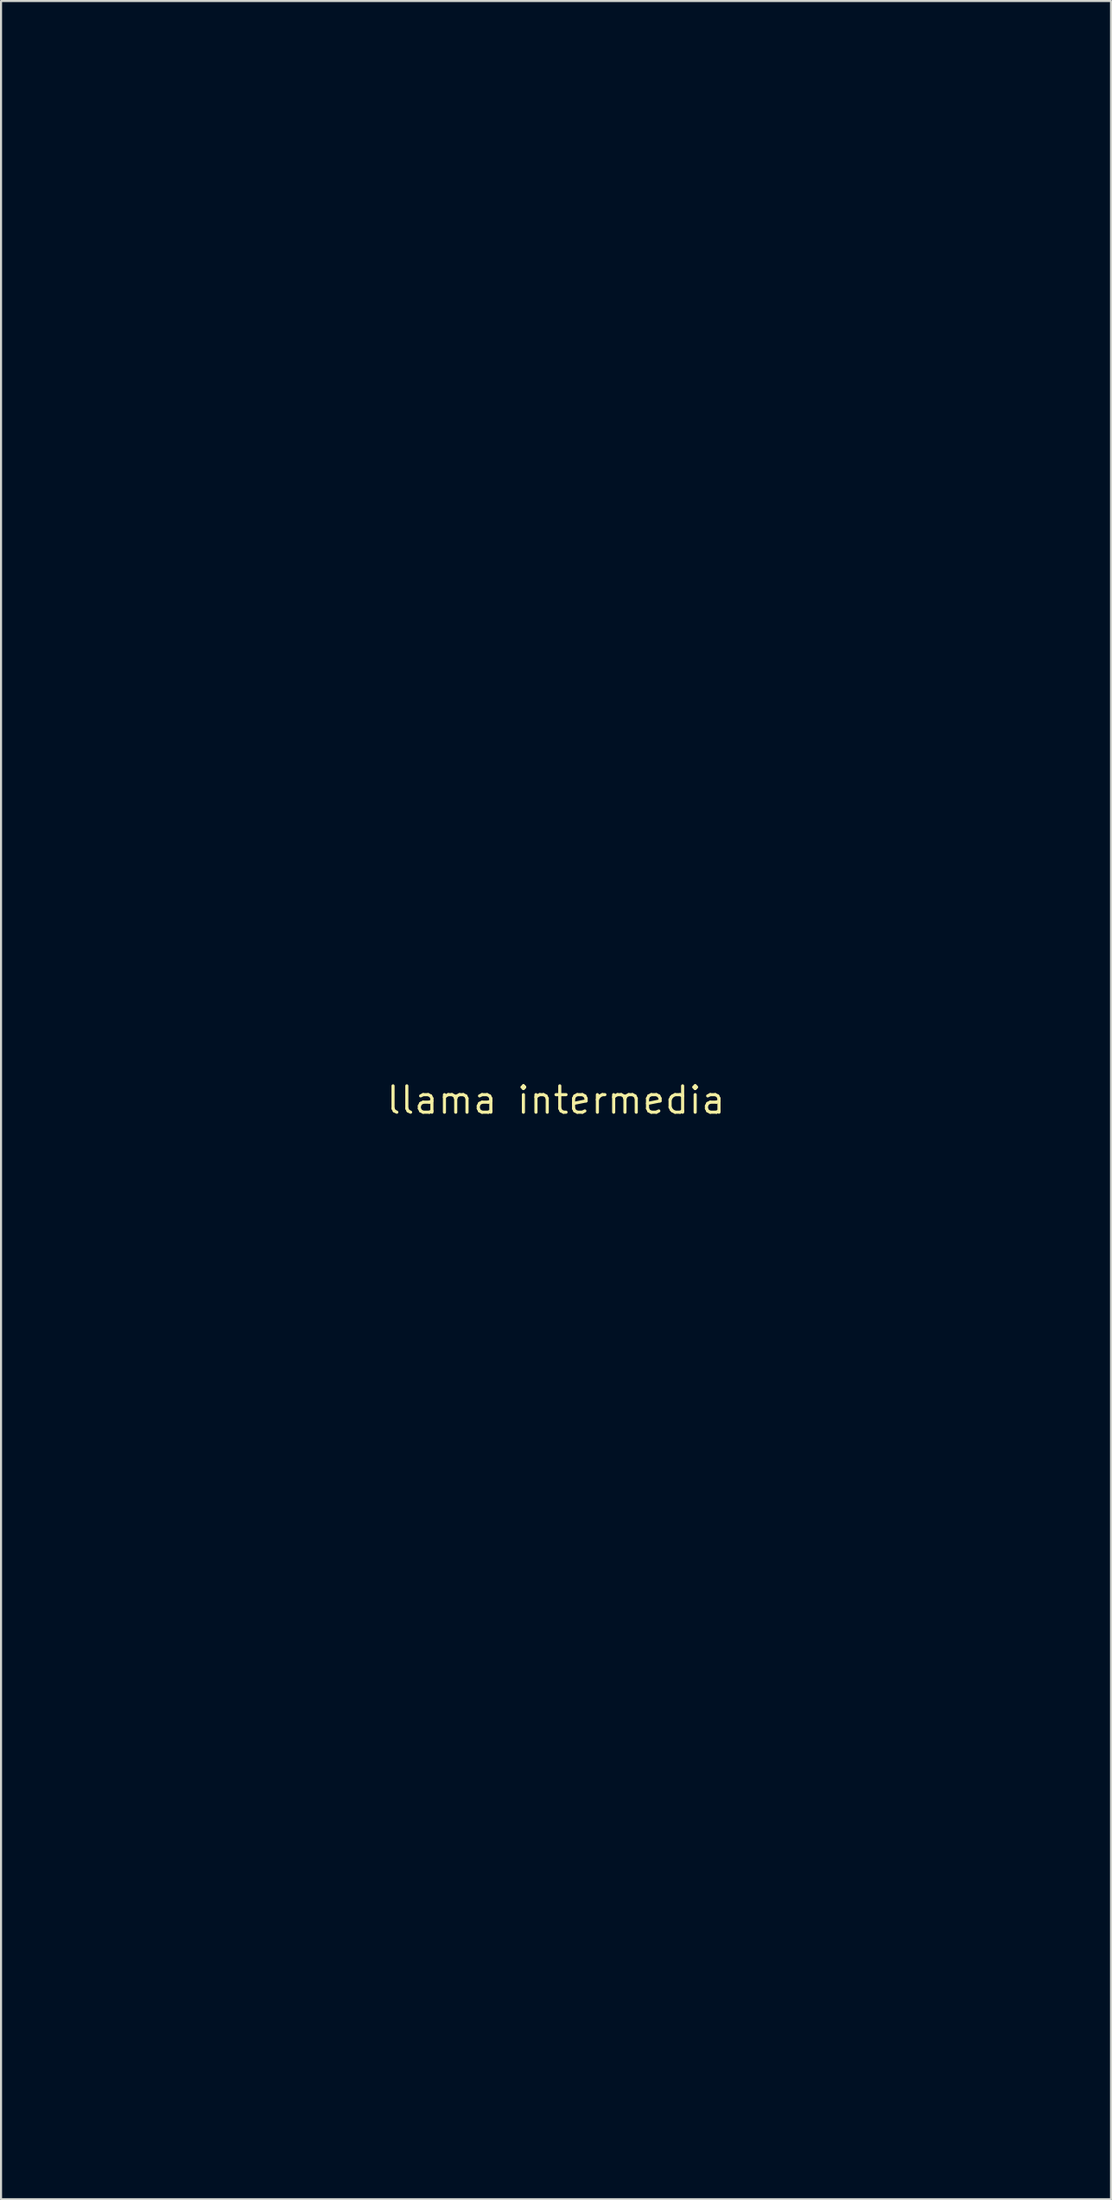
<source format=kicad_pcb>
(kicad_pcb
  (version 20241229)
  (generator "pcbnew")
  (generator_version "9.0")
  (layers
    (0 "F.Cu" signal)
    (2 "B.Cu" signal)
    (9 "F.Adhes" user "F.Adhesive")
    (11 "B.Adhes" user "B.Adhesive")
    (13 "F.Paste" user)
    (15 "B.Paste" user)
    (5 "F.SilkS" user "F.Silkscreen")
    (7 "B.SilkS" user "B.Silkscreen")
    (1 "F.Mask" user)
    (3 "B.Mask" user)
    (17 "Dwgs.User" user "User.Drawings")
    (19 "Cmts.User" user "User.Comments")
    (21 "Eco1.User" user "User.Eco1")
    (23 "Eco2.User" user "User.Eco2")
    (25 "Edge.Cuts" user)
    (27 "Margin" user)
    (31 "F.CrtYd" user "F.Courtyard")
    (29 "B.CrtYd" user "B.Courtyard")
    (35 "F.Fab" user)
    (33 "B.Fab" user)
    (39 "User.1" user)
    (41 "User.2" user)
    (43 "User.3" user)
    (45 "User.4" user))
  (footprint "llama intermedia"
    (layer "F.Cu")
    (at 23.773 49.999)
    (property "Reference" "llama intermedia" (at 0 0 0) (layer "F.SilkS") (effects (font (size 1.27 1.27) (thickness 0.15))))
    (attr through_hole)
    (fp_poly (pts (xy 19.565 -49.994) (xy 19.71 -49.982) (xy 19.792 -49.966) (xy 20.012 -49.889) (xy 20.217 -49.775) (xy 20.402 -49.626) (xy 20.562 -49.446) (xy 20.619 -49.365) (xy 20.69 -49.246) (xy 20.752 -49.119) (xy 20.806 -48.98) (xy 20.854 -48.822) (xy 20.898 -48.64) (xy 20.938 -48.428) (xy 20.977 -48.182) (xy 20.987 -48.112) (xy 21.012 -47.952) (xy 21.041 -47.791) (xy 21.073 -47.64) (xy 21.103 -47.514) (xy 21.113 -47.477) (xy 21.139 -47.383) (xy 21.166 -47.275) (xy 21.195 -47.152) (xy 21.226 -47.009) (xy 21.259 -46.844) (xy 21.297 -46.652) (xy 21.339 -46.43) (xy 21.386 -46.175) (xy 21.439 -45.884) (xy 21.472 -45.699) (xy 21.531 -45.362) (xy 21.583 -45.059) (xy 21.627 -44.782) (xy 21.665 -44.525) (xy 21.699 -44.279) (xy 21.728 -44.037) (xy 21.753 -43.791) (xy 21.777 -43.535) (xy 21.799 -43.26) (xy 21.821 -42.959) (xy 21.823 -42.937) (xy 21.844 -42.634) (xy 21.864 -42.367) (xy 21.883 -42.131) (xy 21.902 -41.919) (xy 21.921 -41.725) (xy 21.94 -41.544) (xy 21.962 -41.37) (xy 21.981 -41.222) (xy 22.023 -40.894) (xy 22.058 -40.584) (xy 22.086 -40.284) (xy 22.108 -39.985) (xy 22.124 -39.679) (xy 22.134 -39.356) (xy 22.141 -39.008) (xy 22.143 -38.652) (xy 22.143 -38.444) (xy 22.14 -38.248) (xy 22.136 -38.058) (xy 22.128 -37.868) (xy 22.118 -37.669) (xy 22.105 -37.457) (xy 22.088 -37.225) (xy 22.067 -36.965) (xy 22.041 -36.671) (xy 22.034 -36.587) (xy 22.016 -36.392) (xy 22 -36.229) (xy 21.985 -36.087) (xy 21.97 -35.958) (xy 21.952 -35.829) (xy 21.931 -35.692) (xy 21.906 -35.535) (xy 21.886 -35.412) (xy 21.851 -35.201) (xy 21.823 -35.024) (xy 21.8 -34.874) (xy 21.782 -34.744) (xy 21.768 -34.626) (xy 21.757 -34.512) (xy 21.748 -34.396) (xy 21.74 -34.27) (xy 21.737 -34.207) (xy 21.721 -33.97) (xy 21.699 -33.744) (xy 21.671 -33.516) (xy 21.633 -33.278) (xy 21.586 -33.019) (xy 21.535 -32.766) (xy 21.5 -32.595) (xy 21.461 -32.404) (xy 21.421 -32.208) (xy 21.383 -32.023) (xy 21.356 -31.888) (xy 21.309 -31.659) (xy 21.261 -31.445) (xy 21.211 -31.24) (xy 21.155 -31.035) (xy 21.093 -30.822) (xy 21.021 -30.595) (xy 20.939 -30.345) (xy 20.842 -30.065) (xy 20.821 -30.004) (xy 20.775 -29.865) (xy 20.739 -29.738) (xy 20.712 -29.607) (xy 20.687 -29.455) (xy 20.679 -29.401) (xy 20.643 -29.142) (xy 20.61 -28.919) (xy 20.578 -28.728) (xy 20.546 -28.561) (xy 20.514 -28.414) (xy 20.479 -28.28) (xy 20.44 -28.154) (xy 20.396 -28.03) (xy 20.346 -27.902) (xy 20.299 -27.792) (xy 20.256 -27.689) (xy 20.201 -27.557) (xy 20.138 -27.405) (xy 20.072 -27.242) (xy 20.007 -27.079) (xy 19.971 -26.988) (xy 19.898 -26.809) (xy 19.813 -26.607) (xy 19.721 -26.396) (xy 19.63 -26.192) (xy 19.545 -26.009) (xy 19.524 -25.964) (xy 19.46 -25.829) (xy 19.402 -25.707) (xy 19.353 -25.603) (xy 19.315 -25.522) (xy 19.291 -25.47) (xy 19.283 -25.45) (xy 19.274 -25.429) (xy 19.249 -25.377) (xy 19.21 -25.297) (xy 19.161 -25.198) (xy 19.104 -25.083) (xy 19.09 -25.055) (xy 19.008 -24.896) (xy 18.906 -24.708) (xy 18.789 -24.499) (xy 18.661 -24.274) (xy 18.525 -24.041) (xy 18.385 -23.806) (xy 18.246 -23.576) (xy 18.111 -23.358) (xy 17.985 -23.158) (xy 17.949 -23.103) (xy 17.862 -22.967) (xy 17.771 -22.82) (xy 17.683 -22.674) (xy 17.605 -22.541) (xy 17.547 -22.437) (xy 17.438 -22.239) (xy 17.341 -22.073) (xy 17.251 -21.933) (xy 17.163 -21.81) (xy 17.072 -21.7) (xy 16.974 -21.594) (xy 16.933 -21.552) (xy 16.803 -21.424) (xy 16.753 -21.178) (xy 16.721 -21.003) (xy 16.696 -20.825) (xy 16.678 -20.639) (xy 16.667 -20.441) (xy 16.662 -20.228) (xy 16.665 -19.995) (xy 16.675 -19.737) (xy 16.691 -19.451) (xy 16.715 -19.133) (xy 16.745 -18.777) (xy 16.752 -18.701) (xy 16.77 -18.5) (xy 16.79 -18.266) (xy 16.81 -18.01) (xy 16.831 -17.741) (xy 16.851 -17.469) (xy 16.87 -17.203) (xy 16.886 -16.954) (xy 16.891 -16.88) (xy 16.913 -16.542) (xy 16.932 -16.242) (xy 16.95 -15.976) (xy 16.967 -15.741) (xy 16.982 -15.532) (xy 16.997 -15.345) (xy 17.011 -15.176) (xy 17.025 -15.022) (xy 17.039 -14.879) (xy 17.054 -14.741) (xy 17.062 -14.668) (xy 17.081 -14.507) (xy 17.098 -14.382) (xy 17.113 -14.287) (xy 17.129 -14.217) (xy 17.146 -14.164) (xy 17.165 -14.124) (xy 17.188 -14.09) (xy 17.189 -14.089) (xy 17.233 -14.034) (xy 19.268 -14.033) (xy 19.562 -14.033) (xy 19.845 -14.032) (xy 20.115 -14.031) (xy 20.369 -14.03) (xy 20.604 -14.028) (xy 20.816 -14.026) (xy 21.002 -14.024) (xy 21.16 -14.022) (xy 21.286 -14.02) (xy 21.377 -14.017) (xy 21.43 -14.014) (xy 21.438 -14.013) (xy 21.612 -13.969) (xy 21.777 -13.891) (xy 21.922 -13.785) (xy 22.041 -13.656) (xy 22.107 -13.55) (xy 22.129 -13.506) (xy 22.148 -13.466) (xy 22.164 -13.425) (xy 22.178 -13.382) (xy 22.19 -13.331) (xy 22.199 -13.271) (xy 22.207 -13.199) (xy 22.213 -13.11) (xy 22.217 -13.002) (xy 22.22 -12.871) (xy 22.223 -12.715) (xy 22.224 -12.53) (xy 22.225 -12.313) (xy 22.225 -12.06) (xy 22.225 -11.769) (xy 22.225 -11.704) (xy 22.225 -11.407) (xy 22.224 -11.134) (xy 22.222 -10.888) (xy 22.22 -10.67) (xy 22.218 -10.483) (xy 22.215 -10.33) (xy 22.211 -10.212) (xy 22.207 -10.132) (xy 22.204 -10.094) (xy 22.15 -9.917) (xy 22.059 -9.754) (xy 21.935 -9.61) (xy 21.784 -9.491) (xy 21.68 -9.434) (xy 21.624 -9.408) (xy 21.577 -9.39) (xy 21.528 -9.377) (xy 21.47 -9.369) (xy 21.394 -9.364) (xy 21.289 -9.361) (xy 21.204 -9.359) (xy 20.87 -9.352) (xy 20.87 -9.188) (xy 20.852 -8.97) (xy 20.797 -8.759) (xy 20.711 -8.561) (xy 20.596 -8.383) (xy 20.456 -8.231) (xy 20.377 -8.168) (xy 20.297 -8.11) (xy 20.42 -8.075) (xy 20.621 -7.995) (xy 20.805 -7.88) (xy 20.966 -7.735) (xy 21.1 -7.563) (xy 21.203 -7.371) (xy 21.26 -7.204) (xy 21.284 -7.065) (xy 21.293 -6.902) (xy 21.288 -6.732) (xy 21.269 -6.569) (xy 21.251 -6.486) (xy 21.209 -6.318) (xy 21.459 -6.062) (xy 21.579 -5.935) (xy 21.694 -5.806) (xy 21.809 -5.669) (xy 21.926 -5.52) (xy 22.05 -5.354) (xy 22.185 -5.164) (xy 22.334 -4.948) (xy 22.46 -4.762) (xy 22.638 -4.494) (xy 22.792 -4.256) (xy 22.926 -4.042) (xy 23.042 -3.848) (xy 23.14 -3.668) (xy 23.225 -3.498) (xy 23.297 -3.334) (xy 23.359 -3.17) (xy 23.414 -3.001) (xy 23.463 -2.823) (xy 23.508 -2.631) (xy 23.552 -2.419) (xy 23.581 -2.269) (xy 23.632 -1.993) (xy 23.673 -1.751) (xy 23.706 -1.537) (xy 23.732 -1.345) (xy 23.75 -1.169) (xy 23.762 -1.001) (xy 23.768 -0.837) (xy 23.77 -0.682) (xy 23.763 -0.394) (xy 23.741 -0.138) (xy 23.7 0.094) (xy 23.639 0.309) (xy 23.554 0.516) (xy 23.442 0.722) (xy 23.301 0.935) (xy 23.128 1.162) (xy 23.092 1.206) (xy 23.005 1.313) (xy 22.913 1.426) (xy 22.826 1.534) (xy 22.754 1.623) (xy 22.748 1.63) (xy 22.602 1.819) (xy 22.488 1.988) (xy 22.403 2.139) (xy 22.347 2.277) (xy 22.317 2.406) (xy 22.31 2.503) (xy 22.313 2.553) (xy 22.321 2.639) (xy 22.335 2.751) (xy 22.352 2.884) (xy 22.372 3.029) (xy 22.387 3.13) (xy 22.413 3.306) (xy 22.432 3.45) (xy 22.446 3.572) (xy 22.455 3.683) (xy 22.461 3.794) (xy 22.464 3.913) (xy 22.465 4.052) (xy 22.465 4.064) (xy 22.464 4.219) (xy 22.462 4.342) (xy 22.457 4.439) (xy 22.449 4.521) (xy 22.436 4.597) (xy 22.421 4.668) (xy 22.339 4.945) (xy 22.228 5.193) (xy 22.085 5.415) (xy 21.98 5.542) (xy 21.866 5.654) (xy 21.717 5.78) (xy 21.537 5.916) (xy 21.33 6.059) (xy 21.102 6.207) (xy 20.854 6.356) (xy 20.593 6.504) (xy 20.468 6.572) (xy 20.358 6.631) (xy 20.261 6.684) (xy 20.183 6.726) (xy 20.13 6.754) (xy 20.109 6.767) (xy 20.109 6.767) (xy 20.11 6.789) (xy 20.119 6.846) (xy 20.133 6.932) (xy 20.153 7.039) (xy 20.177 7.162) (xy 20.179 7.171) (xy 20.224 7.405) (xy 20.259 7.607) (xy 20.286 7.785) (xy 20.304 7.949) (xy 20.316 8.106) (xy 20.323 8.267) (xy 20.324 8.414) (xy 20.319 8.678) (xy 20.3 8.906) (xy 20.269 9.102) (xy 20.223 9.269) (xy 20.161 9.412) (xy 20.098 9.516) (xy 19.982 9.648) (xy 19.829 9.774) (xy 19.643 9.893) (xy 19.427 10.001) (xy 19.187 10.098) (xy 18.927 10.181) (xy 18.667 10.243) (xy 18.548 10.268) (xy 18.303 10.791) (xy 18.135 11.153) (xy 17.984 11.48) (xy 17.85 11.777) (xy 17.732 12.046) (xy 17.627 12.291) (xy 17.535 12.515) (xy 17.453 12.722) (xy 17.382 12.914) (xy 17.319 13.096) (xy 17.263 13.271) (xy 17.213 13.442) (xy 17.176 13.578) (xy 17.125 13.781) (xy 17.087 13.954) (xy 17.06 14.109) (xy 17.043 14.257) (xy 17.034 14.409) (xy 17.032 14.573) (xy 17.032 14.891) (xy 17.182 15.536) (xy 17.262 15.884) (xy 17.332 16.196) (xy 17.392 16.477) (xy 17.443 16.731) (xy 17.487 16.964) (xy 17.523 17.179) (xy 17.553 17.383) (xy 17.577 17.579) (xy 17.596 17.773) (xy 17.612 17.97) (xy 17.622 18.116) (xy 17.625 18.231) (xy 17.625 18.375) (xy 17.622 18.538) (xy 17.616 18.713) (xy 17.607 18.891) (xy 17.597 19.061) (xy 17.585 19.216) (xy 17.572 19.346) (xy 17.558 19.441) (xy 17.501 19.645) (xy 17.41 19.828) (xy 17.288 19.985) (xy 17.139 20.114) (xy 16.965 20.211) (xy 16.769 20.274) (xy 16.737 20.28) (xy 16.594 20.306) (xy 16.605 20.371) (xy 16.611 20.411) (xy 16.622 20.486) (xy 16.637 20.588) (xy 16.655 20.71) (xy 16.674 20.846) (xy 16.681 20.892) (xy 16.718 21.151) (xy 16.76 21.434) (xy 16.805 21.735) (xy 16.854 22.05) (xy 16.905 22.374) (xy 16.957 22.703) (xy 17.011 23.033) (xy 17.064 23.359) (xy 17.116 23.676) (xy 17.168 23.98) (xy 17.217 24.267) (xy 17.263 24.532) (xy 17.306 24.77) (xy 17.344 24.977) (xy 17.377 25.148) (xy 17.389 25.206) (xy 17.526 25.832) (xy 17.678 26.45) (xy 17.844 27.056) (xy 18.022 27.645) (xy 18.21 28.211) (xy 18.408 28.75) (xy 18.612 29.257) (xy 18.803 29.686) (xy 18.857 29.804) (xy 18.907 29.915) (xy 18.948 30.012) (xy 18.977 30.086) (xy 18.988 30.12) (xy 19 30.184) (xy 19.009 30.285) (xy 19.014 30.416) (xy 19.017 30.572) (xy 19.017 30.575) (xy 19.016 30.723) (xy 19.013 30.838) (xy 19.007 30.929) (xy 18.996 31.004) (xy 18.981 31.073) (xy 18.979 31.083) (xy 18.898 31.31) (xy 18.787 31.513) (xy 18.648 31.687) (xy 18.485 31.832) (xy 18.3 31.944) (xy 18.095 32.022) (xy 17.876 32.062) (xy 17.755 32.068) (xy 17.592 32.068) (xy 17.601 32.136) (xy 17.607 32.182) (xy 17.616 32.26) (xy 17.627 32.361) (xy 17.64 32.474) (xy 17.644 32.512) (xy 17.673 32.766) (xy 17.711 33.058) (xy 17.757 33.383) (xy 17.81 33.738) (xy 17.869 34.12) (xy 17.934 34.525) (xy 18.004 34.948) (xy 18.079 35.387) (xy 18.157 35.837) (xy 18.239 36.295) (xy 18.323 36.756) (xy 18.409 37.218) (xy 18.495 37.676) (xy 18.583 38.127) (xy 18.67 38.567) (xy 18.756 38.992) (xy 18.841 39.398) (xy 18.924 39.782) (xy 18.995 40.102) (xy 19.041 40.314) (xy 19.077 40.492) (xy 19.102 40.641) (xy 19.118 40.769) (xy 19.126 40.881) (xy 19.125 40.983) (xy 19.117 41.082) (xy 19.115 41.102) (xy 19.078 41.322) (xy 19.021 41.512) (xy 18.94 41.682) (xy 18.831 41.841) (xy 18.691 41.996) (xy 18.595 42.088) (xy 18.512 42.158) (xy 18.428 42.214) (xy 18.329 42.268) (xy 18.315 42.275) (xy 18.212 42.324) (xy 18.104 42.371) (xy 18.008 42.408) (xy 17.975 42.42) (xy 17.829 42.466) (xy 17.922 42.702) (xy 18.147 43.32) (xy 18.348 43.968) (xy 18.522 44.643) (xy 18.669 45.339) (xy 18.789 46.052) (xy 18.879 46.777) (xy 18.913 47.138) (xy 18.923 47.286) (xy 18.933 47.456) (xy 18.941 47.642) (xy 18.948 47.839) (xy 18.954 48.039) (xy 18.958 48.237) (xy 18.961 48.426) (xy 18.961 48.602) (xy 18.96 48.757) (xy 18.957 48.885) (xy 18.952 48.981) (xy 18.948 49.021) (xy 18.9 49.217) (xy 18.816 49.393) (xy 18.7 49.546) (xy 18.553 49.671) (xy 18.42 49.748) (xy 18.349 49.779) (xy 18.29 49.799) (xy 18.228 49.81) (xy 18.149 49.814) (xy 18.066 49.815) (xy 17.957 49.813) (xy 17.824 49.806) (xy 17.685 49.795) (xy 17.579 49.784) (xy 17.464 49.775) (xy 17.313 49.767) (xy 17.131 49.761) (xy 16.923 49.757) (xy 16.695 49.754) (xy 16.453 49.754) (xy 16.202 49.755) (xy 15.948 49.759) (xy 15.696 49.764) (xy 15.453 49.771) (xy 15.223 49.779) (xy 15.013 49.79) (xy 14.975 49.792) (xy 14.916 49.795) (xy 14.853 49.798) (xy 14.785 49.801) (xy 14.711 49.804) (xy 14.63 49.806) (xy 14.539 49.809) (xy 14.437 49.811) (xy 14.324 49.813) (xy 14.196 49.815) (xy 14.054 49.816) (xy 13.895 49.818) (xy 13.717 49.819) (xy 13.52 49.82) (xy 13.302 49.821) (xy 13.061 49.822) (xy 12.797 49.823) (xy 12.506 49.824) (xy 12.189 49.824) (xy 11.843 49.825) (xy 11.467 49.825) (xy 11.059 49.826) (xy 10.619 49.826) (xy 10.144 49.826) (xy 9.633 49.826) (xy 9.084 49.826) (xy 8.497 49.826) (xy 7.869 49.826) (xy 7.694 49.826) (xy 7.052 49.826) (xy 6.451 49.826) (xy 5.889 49.826) (xy 5.365 49.826) (xy 4.878 49.826) (xy 4.425 49.827) (xy 4.006 49.827) (xy 3.619 49.827) (xy 3.262 49.828) (xy 2.934 49.828) (xy 2.634 49.829) (xy 2.359 49.83) (xy 2.109 49.831) (xy 1.882 49.832) (xy 1.677 49.833) (xy 1.491 49.834) (xy 1.325 49.836) (xy 1.175 49.838) (xy 1.04 49.839) (xy 0.92 49.841) (xy 0.813 49.844) (xy 0.716 49.846) (xy 0.629 49.848) (xy 0.55 49.851) (xy 0.478 49.854) (xy 0.411 49.857) (xy 0.37 49.859) (xy 0.309 49.862) (xy 0.242 49.865) (xy 0.169 49.868) (xy 0.089 49.871) (xy 0.000028 49.873) (xy -0.1 49.875) (xy -0.211 49.878) (xy -0.335 49.88) (xy -0.474 49.881) (xy -0.629 49.883) (xy -0.801 49.885) (xy -0.992 49.886) (xy -1.203 49.887) (xy -1.436 49.889) (xy -1.691 49.89) (xy -1.971 49.891) (xy -2.277 49.892) (xy -2.61 49.893) (xy -2.971 49.893) (xy -3.362 49.894) (xy -3.784 49.895) (xy -4.239 49.896) (xy -4.729 49.896) (xy -5.253 49.897) (xy -5.815 49.897) (xy -6.415 49.898) (xy -7.054 49.898) (xy -7.662 49.899) (xy -8.359 49.899) (xy -9.015 49.9) (xy -9.631 49.9) (xy -10.209 49.901) (xy -10.748 49.902) (xy -11.252 49.902) (xy -11.721 49.903) (xy -12.155 49.904) (xy -12.558 49.905) (xy -12.929 49.906) (xy -13.269 49.907) (xy -13.581 49.908) (xy -13.865 49.91) (xy -14.123 49.911) (xy -14.355 49.912) (xy -14.563 49.914) (xy -14.749 49.916) (xy -14.913 49.917) (xy -15.056 49.919) (xy -15.18 49.921) (xy -15.287 49.923) (xy -15.376 49.926) (xy -15.45 49.928) (xy -15.51 49.931) (xy -15.536 49.932) (xy -15.682 49.939) (xy -15.867 49.945) (xy -16.091 49.951) (xy -16.352 49.955) (xy -16.646 49.958) (xy -16.973 49.961) (xy -17.33 49.962) (xy -17.473 49.963) (xy -17.733 49.963) (xy -17.991 49.964) (xy -18.243 49.966) (xy -18.485 49.968) (xy -18.71 49.97) (xy -18.914 49.972) (xy -19.092 49.974) (xy -19.239 49.977) (xy -19.351 49.98) (xy -19.378 49.981) (xy -19.536 49.986) (xy -19.658 49.988) (xy -19.751 49.987) (xy -19.823 49.984) (xy -19.88 49.977) (xy -19.928 49.967) (xy -19.939 49.964) (xy -20.147 49.886) (xy -20.33 49.776) (xy -20.485 49.636) (xy -20.61 49.47) (xy -20.701 49.279) (xy -20.733 49.179) (xy -20.754 49.062) (xy -20.764 48.913) (xy -20.764 48.741) (xy -20.754 48.554) (xy -20.734 48.361) (xy -20.732 48.343) (xy -20.696 48.083) (xy -20.757 48.04) (xy -20.843 47.971) (xy -20.94 47.88) (xy -21.039 47.778) (xy -21.128 47.674) (xy -21.199 47.581) (xy -21.222 47.547) (xy -21.31 47.382) (xy -21.374 47.22) (xy -21.415 47.051) (xy -21.436 46.866) (xy -21.438 46.654) (xy -21.436 46.584) (xy -21.429 46.465) (xy -21.418 46.348) (xy -21.402 46.229) (xy -21.381 46.103) (xy -21.353 45.967) (xy -21.317 45.816) (xy -21.272 45.646) (xy -21.217 45.454) (xy -21.152 45.235) (xy -21.075 44.985) (xy -20.985 44.7) (xy -20.966 44.641) (xy -20.886 44.387) (xy -20.817 44.168) (xy -20.76 43.982) (xy -20.712 43.821) (xy -20.672 43.683) (xy -20.64 43.563) (xy -20.615 43.456) (xy -20.594 43.358) (xy -20.578 43.264) (xy -20.564 43.169) (xy -20.552 43.07) (xy -20.542 42.971) (xy -20.511 42.729) (xy -20.469 42.52) (xy -20.412 42.333) (xy -20.337 42.159) (xy -20.241 41.989) (xy -20.152 41.857) (xy -20.03 41.688) (xy -20.017 41.409) (xy -20.008 41.278) (xy -19.993 41.136) (xy -19.975 41.003) (xy -19.959 40.912) (xy -19.939 40.818) (xy -19.924 40.739) (xy -19.913 40.683) (xy -19.91 40.664) (xy -19.929 40.641) (xy -19.986 40.615) (xy -20.048 40.596) (xy -20.229 40.536) (xy -20.401 40.457) (xy -20.578 40.352) (xy -20.606 40.333) (xy -20.796 40.196) (xy -20.947 40.062) (xy -21.061 39.927) (xy -21.142 39.787) (xy -21.192 39.638) (xy -21.213 39.476) (xy -21.215 39.434) (xy -21.213 39.362) (xy -21.206 39.282) (xy -21.194 39.191) (xy -21.174 39.086) (xy -21.147 38.966) (xy -21.113 38.827) (xy -21.069 38.667) (xy -21.016 38.484) (xy -20.953 38.274) (xy -20.878 38.036) (xy -20.793 37.766) (xy -20.695 37.463) (xy -20.584 37.123) (xy -20.532 36.968) (xy -20.434 36.668) (xy -20.347 36.405) (xy -20.271 36.175) (xy -20.206 35.974) (xy -20.15 35.798) (xy -20.102 35.645) (xy -20.062 35.51) (xy -20.027 35.389) (xy -19.998 35.28) (xy -19.973 35.178) (xy -19.952 35.079) (xy -19.932 34.98) (xy -19.914 34.878) (xy -19.896 34.769) (xy -19.878 34.648) (xy -19.858 34.513) (xy -19.844 34.424) (xy -19.82 34.263) (xy -19.795 34.097) (xy -19.771 33.937) (xy -19.749 33.795) (xy -19.731 33.679) (xy -19.726 33.647) (xy -19.71 33.546) (xy -19.698 33.46) (xy -19.691 33.4) (xy -19.689 33.371) (xy -19.689 33.37) (xy -19.71 33.358) (xy -19.757 33.333) (xy -19.811 33.304) (xy -19.964 33.201) (xy -20.099 33.065) (xy -20.212 32.905) (xy -20.295 32.729) (xy -20.33 32.616) (xy -20.355 32.466) (xy -20.358 32.315) (xy -20.337 32.156) (xy -20.293 31.98) (xy -20.223 31.779) (xy -20.216 31.763) (xy -20.19 31.692) (xy -20.151 31.587) (xy -20.104 31.455) (xy -20.049 31.302) (xy -19.99 31.135) (xy -19.928 30.959) (xy -19.879 30.819) (xy -19.783 30.543) (xy -19.699 30.303) (xy -19.626 30.094) (xy -19.563 29.914) (xy -19.507 29.757) (xy -19.457 29.62) (xy -19.413 29.498) (xy -19.371 29.387) (xy -19.332 29.284) (xy -19.293 29.184) (xy -19.253 29.083) (xy -19.236 29.041) (xy -19.131 28.787) (xy -19.039 28.573) (xy -18.959 28.4) (xy -18.892 28.268) (xy -18.85 28.196) (xy -18.791 28.102) (xy -18.839 27.91) (xy -18.878 27.695) (xy -18.897 27.463) (xy -18.894 27.231) (xy -18.872 27.031) (xy -18.836 26.857) (xy -18.788 26.689) (xy -18.727 26.519) (xy -18.648 26.342) (xy -18.55 26.152) (xy -18.429 25.942) (xy -18.304 25.739) (xy -18.214 25.594) (xy -18.143 25.475) (xy -18.088 25.373) (xy -18.043 25.278) (xy -18.006 25.181) (xy -17.972 25.073) (xy -17.937 24.945) (xy -17.913 24.85) (xy -17.88 24.72) (xy -17.839 24.561) (xy -17.793 24.384) (xy -17.744 24.201) (xy -17.697 24.023) (xy -17.674 23.939) (xy -17.596 23.652) (xy -17.53 23.399) (xy -17.472 23.177) (xy -17.422 22.978) (xy -17.379 22.798) (xy -17.341 22.63) (xy -17.307 22.471) (xy -17.276 22.313) (xy -17.246 22.151) (xy -17.217 21.98) (xy -17.199 21.868) (xy -17.18 21.763) (xy -17.154 21.625) (xy -17.121 21.463) (xy -17.085 21.285) (xy -17.046 21.101) (xy -17.006 20.92) (xy -16.998 20.884) (xy -16.959 20.709) (xy -16.921 20.533) (xy -16.885 20.366) (xy -16.853 20.215) (xy -16.826 20.087) (xy -16.807 19.991) (xy -16.803 19.971) (xy -16.774 19.772) (xy -16.758 19.574) (xy -16.757 19.386) (xy -16.769 19.219) (xy -16.793 19.092) (xy -16.827 18.971) (xy -16.859 18.865) (xy -16.888 18.779) (xy -16.912 18.721) (xy -16.927 18.696) (xy -16.93 18.695) (xy -17.132 18.786) (xy -17.325 18.837) (xy -17.51 18.847) (xy -17.691 18.817) (xy -17.854 18.754) (xy -17.952 18.698) (xy -18.044 18.626) (xy -18.133 18.534) (xy -18.222 18.417) (xy -18.315 18.271) (xy -18.415 18.093) (xy -18.498 17.931) (xy -18.709 17.464) (xy -18.883 16.976) (xy -19.021 16.469) (xy -19.122 15.944) (xy -19.187 15.402) (xy -19.216 14.846) (xy -19.207 14.276) (xy -19.162 13.694) (xy -19.08 13.1) (xy -18.961 12.497) (xy -18.816 11.926) (xy -18.666 11.436) (xy -18.486 10.93) (xy -18.282 10.42) (xy -18.118 10.05) (xy -18.064 9.931) (xy -18.026 9.844) (xy -18.004 9.784) (xy -17.995 9.746) (xy -17.997 9.723) (xy -18.004 9.714) (xy -18.03 9.686) (xy -18.073 9.634) (xy -18.124 9.567) (xy -18.139 9.547) (xy -18.245 9.404) (xy -18.508 9.402) (xy -18.833 9.38) (xy -19.142 9.32) (xy -19.433 9.223) (xy -19.704 9.089) (xy -19.955 8.919) (xy -20.153 8.743) (xy -20.345 8.525) (xy -20.498 8.291) (xy -20.612 8.041) (xy -20.687 7.774) (xy -20.724 7.489) (xy -20.728 7.355) (xy -20.725 7.26) (xy -20.716 7.129) (xy -20.701 6.969) (xy -20.682 6.785) (xy -20.658 6.584) (xy -20.632 6.371) (xy -20.603 6.154) (xy -20.572 5.937) (xy -20.54 5.728) (xy -20.51 5.543) (xy -20.494 5.446) (xy -20.48 5.364) (xy -20.471 5.308) (xy -20.468 5.284) (xy -20.487 5.276) (xy -20.535 5.271) (xy -20.56 5.271) (xy -20.634 5.279) (xy -20.684 5.307) (xy -20.692 5.316) (xy -20.778 5.391) (xy -20.891 5.462) (xy -21.019 5.521) (xy -21.142 5.559) (xy -21.332 5.582) (xy -21.516 5.565) (xy -21.695 5.507) (xy -21.87 5.408) (xy -22.044 5.268) (xy -22.232 5.065) (xy -22.39 4.833) (xy -22.521 4.572) (xy -22.622 4.281) (xy -22.697 3.958) (xy -22.714 3.85) (xy -22.721 3.776) (xy -22.728 3.666) (xy -22.733 3.524) (xy -22.736 3.355) (xy -22.739 3.164) (xy -22.741 2.957) (xy -22.741 2.739) (xy -22.741 2.516) (xy -22.74 2.291) (xy -22.737 2.072) (xy -22.734 1.862) (xy -22.729 1.667) (xy -22.724 1.492) (xy -22.718 1.343) (xy -22.711 1.225) (xy -22.703 1.142) (xy -22.702 1.132) (xy -22.658 0.887) (xy -22.594 0.61) (xy -22.512 0.31) (xy -22.414 -0.01) (xy -22.301 -0.341) (xy -22.176 -0.68) (xy -22.175 -0.683) (xy -22.15 -0.752) (xy -22.137 -0.802) (xy -22.137 -0.825) (xy -22.138 -0.826) (xy -22.165 -0.817) (xy -22.219 -0.795) (xy -22.291 -0.764) (xy -22.312 -0.755) (xy -22.45 -0.694) (xy -22.562 -0.652) (xy -22.659 -0.625) (xy -22.751 -0.611) (xy -22.85 -0.606) (xy -22.881 -0.606) (xy -23.048 -0.62) (xy -23.197 -0.66) (xy -23.34 -0.733) (xy -23.416 -0.783) (xy -23.524 -0.88) (xy -23.622 -1.002) (xy -23.7 -1.136) (xy -23.738 -1.234) (xy -23.768 -1.398) (xy -23.768 -1.587) (xy -23.739 -1.797) (xy -23.684 -2.023) (xy -23.604 -2.261) (xy -23.5 -2.507) (xy -23.374 -2.757) (xy -23.227 -3.007) (xy -23.061 -3.252) (xy -22.935 -3.418) (xy -22.747 -3.642) (xy -22.532 -3.867) (xy -22.29 -4.097) (xy -22.015 -4.336) (xy -21.707 -4.584) (xy -21.478 -4.759) (xy -21.123 -5.025) (xy -21.136 -5.165) (xy -21.137 -5.333) (xy -21.105 -5.505) (xy -21.038 -5.691) (xy -21.032 -5.705) (xy -20.88 -6.007) (xy -20.705 -6.277) (xy -20.511 -6.511) (xy -20.37 -6.648) (xy -20.241 -6.763) (xy -20.305 -6.836) (xy -20.347 -6.894) (xy -20.395 -6.973) (xy -20.434 -7.047) (xy -20.458 -7.098) (xy -20.475 -7.141) (xy -20.487 -7.185) (xy -20.495 -7.238) (xy -20.5 -7.308) (xy -20.503 -7.402) (xy -20.506 -7.528) (xy -20.507 -7.572) (xy -20.514 -7.959) (xy -20.836 -7.959) (xy -21.011 -7.962) (xy -21.153 -7.971) (xy -21.271 -7.989) (xy -21.372 -8.018) (xy -21.467 -8.057) (xy -21.509 -8.079) (xy -21.624 -8.16) (xy -21.736 -8.27) (xy -21.833 -8.398) (xy -21.893 -8.504) (xy -21.918 -8.558) (xy -21.936 -8.604) (xy -21.948 -8.651) (xy -21.956 -8.707) (xy -21.961 -8.781) (xy -21.965 -8.88) (xy -21.968 -8.999) (xy -21.975 -9.352) (xy -22.328 -9.359) (xy -22.458 -9.362) (xy -22.555 -9.366) (xy -22.626 -9.371) (xy -22.681 -9.379) (xy -22.727 -9.392) (xy -22.773 -9.411) (xy -22.823 -9.434) (xy -22.988 -9.534) (xy -23.129 -9.663) (xy -23.241 -9.814) (xy -23.319 -9.983) (xy -23.347 -10.086) (xy -23.364 -10.204) (xy -23.376 -10.357) (xy -23.382 -10.535) (xy -23.384 -10.73) (xy -23.379 -10.935) (xy -23.369 -11.141) (xy -23.358 -11.294) (xy -23.338 -11.565) (xy -23.331 -11.796) (xy -23.334 -11.971) (xy -23.344 -12.177) (xy -23.352 -12.346) (xy -23.359 -12.482) (xy -23.362 -12.59) (xy -23.364 -12.675) (xy -23.364 -12.742) (xy -23.361 -12.796) (xy -23.356 -12.841) (xy -23.35 -12.883) (xy -23.341 -12.926) (xy -23.338 -12.939) (xy -23.267 -13.168) (xy -23.16 -13.374) (xy -23.02 -13.556) (xy -22.848 -13.712) (xy -22.645 -13.841) (xy -22.413 -13.941) (xy -22.269 -13.985) (xy -22.235 -13.994) (xy -22.204 -14.002) (xy -22.175 -14.009) (xy -22.144 -14.016) (xy -22.11 -14.021) (xy -22.068 -14.026) (xy -22.018 -14.029) (xy -21.957 -14.033) (xy -21.881 -14.035) (xy -21.789 -14.037) (xy -21.678 -14.038) (xy -21.545 -14.038) (xy -21.388 -14.038) (xy -21.205 -14.038) (xy -20.992 -14.037) (xy -20.748 -14.036) (xy -20.47 -14.034) (xy -20.155 -14.032) (xy -19.801 -14.03) (xy -19.706 -14.029) (xy -19.441 -14.028) (xy -19.18 -14.027) (xy -18.93 -14.026) (xy -18.693 -14.026) (xy -18.474 -14.025) (xy -18.277 -14.026) (xy -18.107 -14.026) (xy -17.967 -14.027) (xy -17.861 -14.028) (xy -17.8 -14.03) (xy -17.492 -14.04) (xy -17.419 -14.201) (xy -17.31 -14.411) (xy -17.172 -14.614) (xy -17 -14.817) (xy -16.862 -14.958) (xy -16.618 -15.194) (xy -16.658 -15.308) (xy -16.716 -15.532) (xy -16.738 -15.766) (xy -16.723 -16.015) (xy -16.672 -16.281) (xy -16.67 -16.286) (xy -16.648 -16.374) (xy -16.632 -16.445) (xy -16.622 -16.49) (xy -16.621 -16.501) (xy -16.643 -16.509) (xy -16.695 -16.523) (xy -16.769 -16.543) (xy -16.797 -16.55) (xy -17.021 -16.612) (xy -17.221 -16.68) (xy -17.415 -16.761) (xy -17.558 -16.828) (xy -17.827 -16.98) (xy -18.06 -17.154) (xy -18.259 -17.351) (xy -18.422 -17.571) (xy -18.51 -17.727) (xy -18.613 -17.974) (xy -18.673 -18.223) (xy -18.692 -18.473) (xy -18.668 -18.724) (xy -18.602 -18.977) (xy -18.494 -19.229) (xy -18.345 -19.481) (xy -18.154 -19.733) (xy -18.147 -19.741) (xy -18.095 -19.803) (xy -18.056 -19.852) (xy -18.035 -19.88) (xy -18.034 -19.883) (xy -18.048 -19.901) (xy -18.087 -19.941) (xy -18.143 -19.997) (xy -18.185 -20.038) (xy -18.361 -20.228) (xy -18.502 -20.427) (xy -18.594 -20.597) (xy -18.663 -20.763) (xy -18.706 -20.917) (xy -18.728 -21.079) (xy -18.732 -21.219) (xy -18.73 -21.332) (xy -18.721 -21.422) (xy -18.704 -21.504) (xy -18.674 -21.597) (xy -18.673 -21.602) (xy -18.585 -21.803) (xy -18.468 -21.979) (xy -18.336 -22.121) (xy -18.214 -22.236) (xy -18.463 -22.539) (xy -18.739 -22.885) (xy -19.024 -23.265) (xy -19.316 -23.672) (xy -19.608 -24.099) (xy -19.897 -24.54) (xy -20.178 -24.988) (xy -20.3 -25.188) (xy -20.425 -25.4) (xy -20.541 -25.601) (xy -20.649 -25.795) (xy -20.75 -25.987) (xy -20.848 -26.18) (xy -20.942 -26.378) (xy -21.036 -26.586) (xy -21.131 -26.807) (xy -21.228 -27.045) (xy -21.329 -27.304) (xy -21.437 -27.589) (xy -21.553 -27.903) (xy -21.678 -28.25) (xy -21.787 -28.554) (xy -21.907 -28.894) (xy -22.013 -29.199) (xy -22.107 -29.473) (xy -22.19 -29.719) (xy -22.262 -29.943) (xy -22.325 -30.147) (xy -22.381 -30.336) (xy -22.429 -30.514) (xy -22.472 -30.686) (xy -22.51 -30.855) (xy -22.544 -31.026) (xy -22.577 -31.202) (xy -22.608 -31.388) (xy -22.639 -31.588) (xy -22.646 -31.634) (xy -22.726 -32.19) (xy -22.793 -32.713) (xy -22.847 -33.211) (xy -22.888 -33.691) (xy -22.919 -34.159) (xy -22.938 -34.624) (xy -22.946 -35.092) (xy -22.947 -35.287) (xy -22.943 -35.789) (xy -22.929 -36.262) (xy -22.905 -36.72) (xy -22.87 -37.175) (xy -22.823 -37.642) (xy -22.763 -38.132) (xy -22.755 -38.194) (xy -22.731 -38.375) (xy -22.71 -38.544) (xy -22.691 -38.708) (xy -22.673 -38.872) (xy -22.656 -39.043) (xy -22.64 -39.226) (xy -22.623 -39.427) (xy -22.605 -39.652) (xy -22.585 -39.907) (xy -22.564 -40.199) (xy -22.564 -40.206) (xy -22.538 -40.552) (xy -22.515 -40.86) (xy -22.492 -41.138) (xy -22.469 -41.389) (xy -22.445 -41.621) (xy -22.419 -41.837) (xy -22.391 -42.044) (xy -22.359 -42.247) (xy -22.323 -42.451) (xy -22.282 -42.663) (xy -22.235 -42.887) (xy -22.18 -43.129) (xy -22.119 -43.394) (xy -22.048 -43.689) (xy -21.979 -43.974) (xy -21.91 -44.256) (xy -21.847 -44.506) (xy -21.79 -44.73) (xy -21.735 -44.933) (xy -21.681 -45.12) (xy -21.626 -45.296) (xy -21.569 -45.468) (xy -21.506 -45.64) (xy -21.438 -45.819) (xy -21.36 -46.009) (xy -21.273 -46.216) (xy -21.173 -46.446) (xy -21.059 -46.704) (xy -20.941 -46.969) (xy -20.838 -47.198) (xy -20.749 -47.392) (xy -20.673 -47.557) (xy -20.606 -47.698) (xy -20.546 -47.818) (xy -20.491 -47.924) (xy -20.438 -48.018) (xy -20.386 -48.107) (xy -20.331 -48.195) (xy -20.289 -48.26) (xy -20.205 -48.385) (xy -20.134 -48.485) (xy -20.066 -48.571) (xy -19.992 -48.657) (xy -19.902 -48.752) (xy -19.859 -48.797) (xy -19.684 -48.961) (xy -19.513 -49.091) (xy -19.336 -49.194) (xy -19.279 -49.221) (xy -19.06 -49.3) (xy -18.838 -49.339) (xy -18.616 -49.338) (xy -18.401 -49.298) (xy -18.195 -49.221) (xy -18.004 -49.105) (xy -17.897 -49.017) (xy -17.816 -48.937) (xy -17.741 -48.849) (xy -17.668 -48.747) (xy -17.593 -48.624) (xy -17.511 -48.475) (xy -17.42 -48.292) (xy -17.414 -48.281) (xy -17.317 -48.093) (xy -17.202 -47.893) (xy -17.083 -47.701) (xy -17.04 -47.636) (xy -16.885 -47.406) (xy -16.751 -47.207) (xy -16.637 -47.034) (xy -16.538 -46.882) (xy -16.451 -46.747) (xy -16.376 -46.625) (xy -16.307 -46.512) (xy -16.243 -46.401) (xy -16.182 -46.291) (xy -16.119 -46.175) (xy -16.108 -46.154) (xy -16.025 -46.001) (xy -15.928 -45.824) (xy -15.824 -45.636) (xy -15.719 -45.45) (xy -15.622 -45.278) (xy -15.59 -45.223) (xy -15.489 -45.047) (xy -15.399 -44.89) (xy -15.319 -44.746) (xy -15.244 -44.611) (xy -15.172 -44.478) (xy -15.1 -44.342) (xy -15.026 -44.198) (xy -14.946 -44.041) (xy -14.858 -43.865) (xy -14.759 -43.665) (xy -14.646 -43.435) (xy -14.568 -43.275) (xy -14.435 -43.003) (xy -14.32 -42.764) (xy -14.22 -42.553) (xy -14.133 -42.368) (xy -14.059 -42.202) (xy -13.994 -42.052) (xy -13.936 -41.913) (xy -13.885 -41.781) (xy -13.837 -41.652) (xy -13.791 -41.521) (xy -13.76 -41.427) (xy -13.713 -41.287) (xy -13.667 -41.164) (xy -13.62 -41.054) (xy -13.567 -40.949) (xy -13.506 -40.847) (xy -13.434 -40.742) (xy -13.346 -40.628) (xy -13.241 -40.502) (xy -13.113 -40.357) (xy -12.961 -40.188) (xy -12.897 -40.118) (xy -12.78 -39.991) (xy -12.68 -39.88) (xy -12.591 -39.78) (xy -12.509 -39.685) (xy -12.43 -39.591) (xy -12.349 -39.491) (xy -12.262 -39.381) (xy -12.164 -39.254) (xy -12.051 -39.106) (xy -11.918 -38.931) (xy -11.874 -38.873) (xy -11.689 -38.622) (xy -11.51 -38.373) (xy -11.342 -38.13) (xy -11.189 -37.9) (xy -11.054 -37.688) (xy -10.942 -37.5) (xy -10.916 -37.454) (xy -10.861 -37.351) (xy -10.791 -37.215) (xy -10.708 -37.051) (xy -10.616 -36.865) (xy -10.517 -36.662) (xy -10.414 -36.448) (xy -10.309 -36.227) (xy -10.205 -36.006) (xy -10.155 -35.899) (xy -10.021 -35.601) (xy -9.893 -35.302) (xy -9.769 -34.996) (xy -9.648 -34.677) (xy -9.527 -34.339) (xy -9.403 -33.977) (xy -9.275 -33.584) (xy -9.158 -33.211) (xy -9.038 -32.817) (xy -8.932 -32.455) (xy -8.838 -32.119) (xy -8.755 -31.802) (xy -8.68 -31.497) (xy -8.612 -31.196) (xy -8.55 -30.893) (xy -8.491 -30.58) (xy -8.435 -30.258) (xy -8.412 -30.12) (xy -8.39 -29.995) (xy -8.371 -29.889) (xy -8.356 -29.809) (xy -8.345 -29.761) (xy -8.342 -29.752) (xy -8.332 -29.739) (xy -8.314 -29.74) (xy -8.282 -29.758) (xy -8.232 -29.798) (xy -8.157 -29.862) (xy -8.127 -29.888) (xy -7.903 -30.081) (xy -7.699 -30.246) (xy -7.509 -30.387) (xy -7.327 -30.509) (xy -7.147 -30.615) (xy -6.963 -30.711) (xy -6.934 -30.725) (xy -6.818 -30.779) (xy -6.709 -30.826) (xy -6.599 -30.868) (xy -6.48 -30.908) (xy -6.343 -30.95) (xy -6.181 -30.995) (xy -6.022 -31.037) (xy -5.565 -31.15) (xy -5.133 -31.243) (xy -4.713 -31.319) (xy -4.292 -31.379) (xy -3.887 -31.423) (xy -3.76 -31.435) (xy -3.641 -31.446) (xy -3.54 -31.456) (xy -3.465 -31.464) (xy -3.434 -31.467) (xy -3.344 -31.477) (xy -3.344 -31.589) (xy -3.333 -31.719) (xy -3.3 -31.868) (xy -3.251 -32.022) (xy -3.189 -32.165) (xy -3.182 -32.18) (xy -3.095 -32.318) (xy -2.981 -32.453) (xy -2.852 -32.573) (xy -2.718 -32.669) (xy -2.667 -32.697) (xy -2.556 -32.747) (xy -2.445 -32.786) (xy -2.332 -32.813) (xy -2.211 -32.828) (xy -2.08 -32.83) (xy -1.934 -32.819) (xy -1.77 -32.794) (xy -1.583 -32.755) (xy -1.371 -32.703) (xy -1.13 -32.636) (xy -0.855 -32.553) (xy -0.664 -32.494) (xy -0.49 -32.441) (xy -0.292 -32.385) (xy -0.085 -32.328) (xy 0.113 -32.277) (xy 0.278 -32.236) (xy 0.447 -32.196) (xy 0.634 -32.15) (xy 0.823 -32.102) (xy 1.001 -32.055) (xy 1.152 -32.014) (xy 1.154 -32.014) (xy 1.286 -31.977) (xy 1.448 -31.931) (xy 1.63 -31.88) (xy 1.821 -31.827) (xy 2.01 -31.774) (xy 2.159 -31.732) (xy 2.435 -31.655) (xy 2.676 -31.589) (xy 2.887 -31.533) (xy 3.073 -31.485) (xy 3.241 -31.444) (xy 3.395 -31.41) (xy 3.54 -31.38) (xy 3.683 -31.354) (xy 3.828 -31.33) (xy 3.981 -31.306) (xy 3.99 -31.305) (xy 4.189 -31.273) (xy 4.421 -31.229) (xy 4.678 -31.175) (xy 4.954 -31.113) (xy 5.207 -31.052) (xy 5.387 -31.007) (xy 5.536 -30.972) (xy 5.661 -30.945) (xy 5.771 -30.925) (xy 5.875 -30.912) (xy 5.982 -30.902) (xy 6.1 -30.897) (xy 6.24 -30.894) (xy 6.408 -30.893) (xy 6.445 -30.892) (xy 6.612 -30.891) (xy 6.745 -30.89) (xy 6.85 -30.887) (xy 6.935 -30.882) (xy 7.009 -30.874) (xy 7.078 -30.862) (xy 7.151 -30.845) (xy 7.235 -30.822) (xy 7.337 -30.792) (xy 7.36 -30.785) (xy 7.402 -30.784) (xy 7.422 -30.811) (xy 7.489 -30.984) (xy 7.572 -31.171) (xy 7.662 -31.351) (xy 7.742 -31.492) (xy 7.787 -31.568) (xy 7.848 -31.675) (xy 7.922 -31.805) (xy 8.004 -31.951) (xy 8.09 -32.107) (xy 8.177 -32.264) (xy 8.195 -32.299) (xy 8.318 -32.521) (xy 8.43 -32.721) (xy 8.538 -32.909) (xy 8.646 -33.089) (xy 8.759 -33.272) (xy 8.88 -33.463) (xy 9.016 -33.671) (xy 9.169 -33.903) (xy 9.23 -33.994) (xy 9.447 -34.316) (xy 9.645 -34.605) (xy 9.824 -34.864) (xy 9.989 -35.096) (xy 10.141 -35.303) (xy 10.281 -35.49) (xy 10.413 -35.658) (xy 10.538 -35.81) (xy 10.66 -35.951) (xy 10.669 -35.962) (xy 10.86 -36.183) (xy 11.065 -36.434) (xy 11.28 -36.708) (xy 11.499 -36.997) (xy 11.716 -37.293) (xy 11.927 -37.59) (xy 12.123 -37.878) (xy 12.236 -38.047) (xy 12.331 -38.187) (xy 12.413 -38.305) (xy 12.486 -38.407) (xy 12.556 -38.499) (xy 12.628 -38.589) (xy 12.706 -38.683) (xy 12.796 -38.786) (xy 12.891 -38.894) (xy 13.05 -39.075) (xy 13.182 -39.231) (xy 13.293 -39.366) (xy 13.384 -39.485) (xy 13.461 -39.593) (xy 13.498 -39.648) (xy 13.53 -39.702) (xy 13.579 -39.79) (xy 13.64 -39.905) (xy 13.712 -40.043) (xy 13.791 -40.199) (xy 13.876 -40.368) (xy 13.964 -40.544) (xy 13.992 -40.6) (xy 14.209 -41.04) (xy 14.411 -41.447) (xy 14.601 -41.825) (xy 14.781 -42.181) (xy 14.955 -42.518) (xy 15.123 -42.843) (xy 15.167 -42.926) (xy 15.466 -43.538) (xy 15.641 -43.95) (xy 15.71 -44.117) (xy 15.785 -44.296) (xy 15.863 -44.474) (xy 15.936 -44.642) (xy 16.002 -44.787) (xy 16.031 -44.849) (xy 16.1 -44.997) (xy 16.173 -45.161) (xy 16.245 -45.328) (xy 16.308 -45.481) (xy 16.34 -45.561) (xy 16.478 -45.897) (xy 16.617 -46.194) (xy 16.758 -46.457) (xy 16.871 -46.641) (xy 16.921 -46.723) (xy 16.985 -46.837) (xy 17.062 -46.979) (xy 17.147 -47.141) (xy 17.238 -47.319) (xy 17.333 -47.507) (xy 17.427 -47.698) (xy 17.519 -47.886) (xy 17.605 -48.067) (xy 17.683 -48.234) (xy 17.749 -48.382) (xy 17.801 -48.504) (xy 17.806 -48.514) (xy 17.935 -48.812) (xy 18.066 -49.07) (xy 18.202 -49.291) (xy 18.345 -49.478) (xy 18.496 -49.635) (xy 18.659 -49.762) (xy 18.835 -49.865) (xy 18.981 -49.927) (xy 19.1 -49.96) (xy 19.247 -49.983) (xy 19.406 -49.994) (xy 19.565 -49.994)) (stroke (width 0.01) (type solid)) (fill yes) (layer "F.Mask")))
  (gr_rect
    (start -3 -3)
    (end 50.548 102.992)
    (stroke (width 0.1) (type default))
    (fill no)
    (layer "Edge.Cuts")))
</source>
